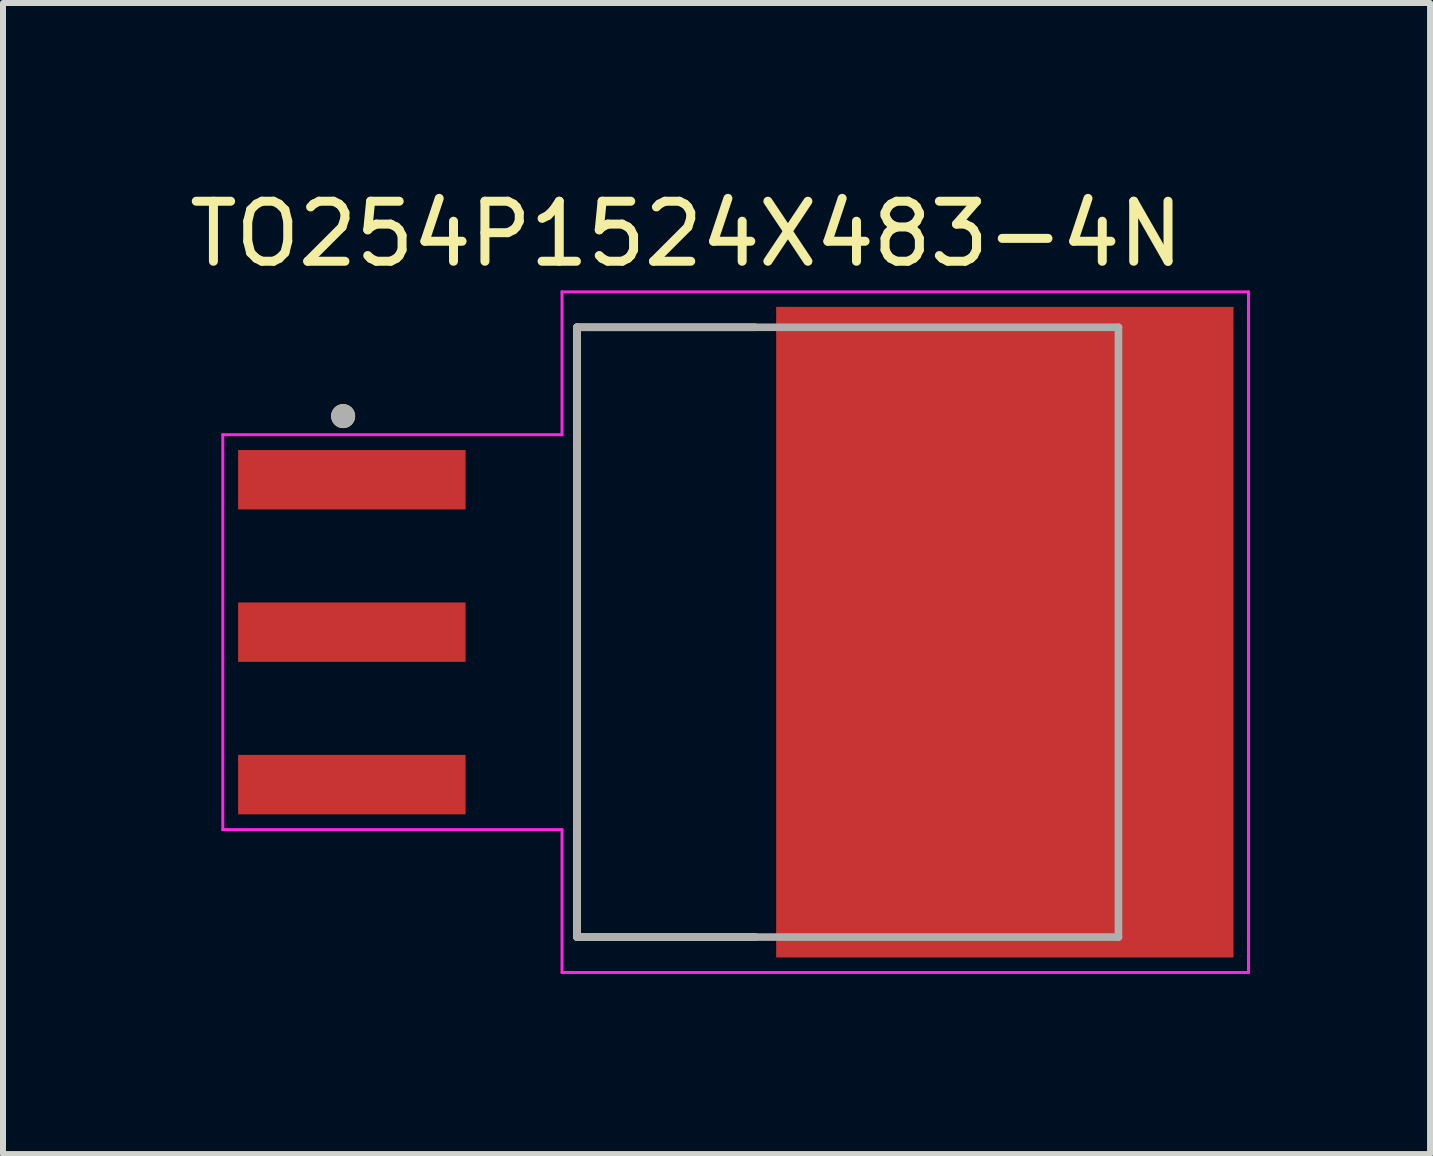
<source format=kicad_pcb>
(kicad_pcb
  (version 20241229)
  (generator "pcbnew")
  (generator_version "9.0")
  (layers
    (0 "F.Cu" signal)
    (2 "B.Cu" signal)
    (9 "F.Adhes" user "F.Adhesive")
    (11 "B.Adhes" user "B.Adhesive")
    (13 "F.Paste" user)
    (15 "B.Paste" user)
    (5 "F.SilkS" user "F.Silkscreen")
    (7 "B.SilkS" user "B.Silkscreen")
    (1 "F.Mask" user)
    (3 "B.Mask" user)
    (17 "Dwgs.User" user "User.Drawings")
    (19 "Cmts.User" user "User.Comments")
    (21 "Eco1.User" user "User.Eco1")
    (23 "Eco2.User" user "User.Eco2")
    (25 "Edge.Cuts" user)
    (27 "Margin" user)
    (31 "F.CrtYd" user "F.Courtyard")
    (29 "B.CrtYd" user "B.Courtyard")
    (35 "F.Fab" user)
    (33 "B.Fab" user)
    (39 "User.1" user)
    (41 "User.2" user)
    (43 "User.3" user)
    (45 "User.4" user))
  (footprint "TO254P1524X483-4N"
    (layer "F.Cu")
    (at 9.212 7.483)
    (property "Reference" "TO254P1524X483-4N" (at -0.825 -6.635 0) (layer "F.SilkS") (effects (font (size 1 1) (thickness 0.15))))
    (attr through_hole)
    (fp_line (start -2.648 -5.08) (end 0.32 -5.08) (stroke (width 0.127) (type solid)) (layer "F.SilkS"))
    (fp_line (start -2.648 5.08) (end -2.648 -5.08) (stroke (width 0.127) (type solid)) (layer "F.SilkS"))
    (fp_line (start 0.32 5.08) (end -2.648 5.08) (stroke (width 0.127) (type solid)) (layer "F.SilkS"))
    (fp_circle (center -6.545 -3.6) (end -6.445 -3.6) (stroke (width 0.2) (type solid)) (fill no) (layer "F.SilkS"))
    (fp_poly (pts (xy 1.215 -5.13) (xy 2.665 -5.13) (xy 2.665 -3.87) (xy 1.215 -3.87)) (stroke (width 0.01) (type solid)) (fill yes) (layer "F.Paste"))
    (fp_poly (pts (xy 1.215 -3.33) (xy 2.665 -3.33) (xy 2.665 -2.07) (xy 1.215 -2.07)) (stroke (width 0.01) (type solid)) (fill yes) (layer "F.Paste"))
    (fp_poly (pts (xy 1.215 -1.53) (xy 2.665 -1.53) (xy 2.665 -0.27) (xy 1.215 -0.27)) (stroke (width 0.01) (type solid)) (fill yes) (layer "F.Paste"))
    (fp_poly (pts (xy 1.215 0.27) (xy 2.665 0.27) (xy 2.665 1.53) (xy 1.215 1.53)) (stroke (width 0.01) (type solid)) (fill yes) (layer "F.Paste"))
    (fp_poly (pts (xy 1.215 2.07) (xy 2.665 2.07) (xy 2.665 3.33) (xy 1.215 3.33)) (stroke (width 0.01) (type solid)) (fill yes) (layer "F.Paste"))
    (fp_poly (pts (xy 1.215 3.87) (xy 2.665 3.87) (xy 2.665 5.13) (xy 1.215 5.13)) (stroke (width 0.01) (type solid)) (fill yes) (layer "F.Paste"))
    (fp_poly (pts (xy 3.755 -5.13) (xy 5.205 -5.13) (xy 5.205 -3.87) (xy 3.755 -3.87)) (stroke (width 0.01) (type solid)) (fill yes) (layer "F.Paste"))
    (fp_poly (pts (xy 3.755 -3.33) (xy 5.205 -3.33) (xy 5.205 -2.07) (xy 3.755 -2.07)) (stroke (width 0.01) (type solid)) (fill yes) (layer "F.Paste"))
    (fp_poly (pts (xy 3.755 -1.53) (xy 5.205 -1.53) (xy 5.205 -0.27) (xy 3.755 -0.27)) (stroke (width 0.01) (type solid)) (fill yes) (layer "F.Paste"))
    (fp_poly (pts (xy 3.755 0.27) (xy 5.205 0.27) (xy 5.205 1.53) (xy 3.755 1.53)) (stroke (width 0.01) (type solid)) (fill yes) (layer "F.Paste"))
    (fp_poly (pts (xy 3.755 2.07) (xy 5.205 2.07) (xy 5.205 3.33) (xy 3.755 3.33)) (stroke (width 0.01) (type solid)) (fill yes) (layer "F.Paste"))
    (fp_poly (pts (xy 3.755 3.87) (xy 5.205 3.87) (xy 5.205 5.13) (xy 3.755 5.13)) (stroke (width 0.01) (type solid)) (fill yes) (layer "F.Paste"))
    (fp_poly (pts (xy 6.295 -5.13) (xy 7.745 -5.13) (xy 7.745 -3.87) (xy 6.295 -3.87)) (stroke (width 0.01) (type solid)) (fill yes) (layer "F.Paste"))
    (fp_poly (pts (xy 6.295 -3.33) (xy 7.745 -3.33) (xy 7.745 -2.07) (xy 6.295 -2.07)) (stroke (width 0.01) (type solid)) (fill yes) (layer "F.Paste"))
    (fp_poly (pts (xy 6.295 -1.53) (xy 7.745 -1.53) (xy 7.745 -0.27) (xy 6.295 -0.27)) (stroke (width 0.01) (type solid)) (fill yes) (layer "F.Paste"))
    (fp_poly (pts (xy 6.295 0.27) (xy 7.745 0.27) (xy 7.745 1.53) (xy 6.295 1.53)) (stroke (width 0.01) (type solid)) (fill yes) (layer "F.Paste"))
    (fp_poly (pts (xy 6.295 2.07) (xy 7.745 2.07) (xy 7.745 3.33) (xy 6.295 3.33)) (stroke (width 0.01) (type solid)) (fill yes) (layer "F.Paste"))
    (fp_poly (pts (xy 6.295 3.87) (xy 7.745 3.87) (xy 7.745 5.13) (xy 6.295 5.13)) (stroke (width 0.01) (type solid)) (fill yes) (layer "F.Paste"))
    (fp_line (start -8.55 -3.29) (end -2.898 -3.29) (stroke (width 0.05) (type solid)) (layer "F.CrtYd"))
    (fp_line (start -8.55 3.29) (end -8.55 -3.29) (stroke (width 0.05) (type solid)) (layer "F.CrtYd"))
    (fp_line (start -2.898 -5.67) (end 8.54 -5.67) (stroke (width 0.05) (type solid)) (layer "F.CrtYd"))
    (fp_line (start -2.898 -3.29) (end -2.898 -5.67) (stroke (width 0.05) (type solid)) (layer "F.CrtYd"))
    (fp_line (start -2.898 3.29) (end -8.55 3.29) (stroke (width 0.05) (type solid)) (layer "F.CrtYd"))
    (fp_line (start -2.898 5.67) (end -2.898 3.29) (stroke (width 0.05) (type solid)) (layer "F.CrtYd"))
    (fp_line (start 8.54 -5.67) (end 8.54 5.67) (stroke (width 0.05) (type solid)) (layer "F.CrtYd"))
    (fp_line (start 8.54 5.67) (end -2.898 5.67) (stroke (width 0.05) (type solid)) (layer "F.CrtYd"))
    (fp_line (start -2.648 -5.08) (end 6.373 -5.08) (stroke (width 0.127) (type solid)) (layer "F.Fab"))
    (fp_line (start -2.648 5.08) (end -2.648 -5.08) (stroke (width 0.127) (type solid)) (layer "F.Fab"))
    (fp_line (start 6.373 -5.08) (end 6.373 5.08) (stroke (width 0.127) (type solid)) (layer "F.Fab"))
    (fp_line (start 6.373 5.08) (end -2.648 5.08) (stroke (width 0.127) (type solid)) (layer "F.Fab"))
    (fp_circle (center -6.545 -3.6) (end -6.445 -3.6) (stroke (width 0.2) (type solid)) (fill no) (layer "F.Fab"))
    (pad "1" smd rect (at -6.4 -2.54) (size 3.79 0.99) (layers "F.Cu" "F.Mask" "F.Paste"))
    (pad "2" smd rect (at -6.4 0) (size 3.79 0.99) (layers "F.Cu" "F.Mask" "F.Paste"))
    (pad "3" smd rect (at -6.4 2.54) (size 3.79 0.99) (layers "F.Cu" "F.Mask" "F.Paste"))
    (pad "4" smd rect (at 4.48 0) (size 7.62 10.84) (layers "F.Cu" "F.Mask")))
  (gr_rect
    (start -3 -3)
    (end 20.777 16.178)
    (stroke (width 0.1) (type default))
    (fill no)
    (layer "Edge.Cuts")))
</source>
